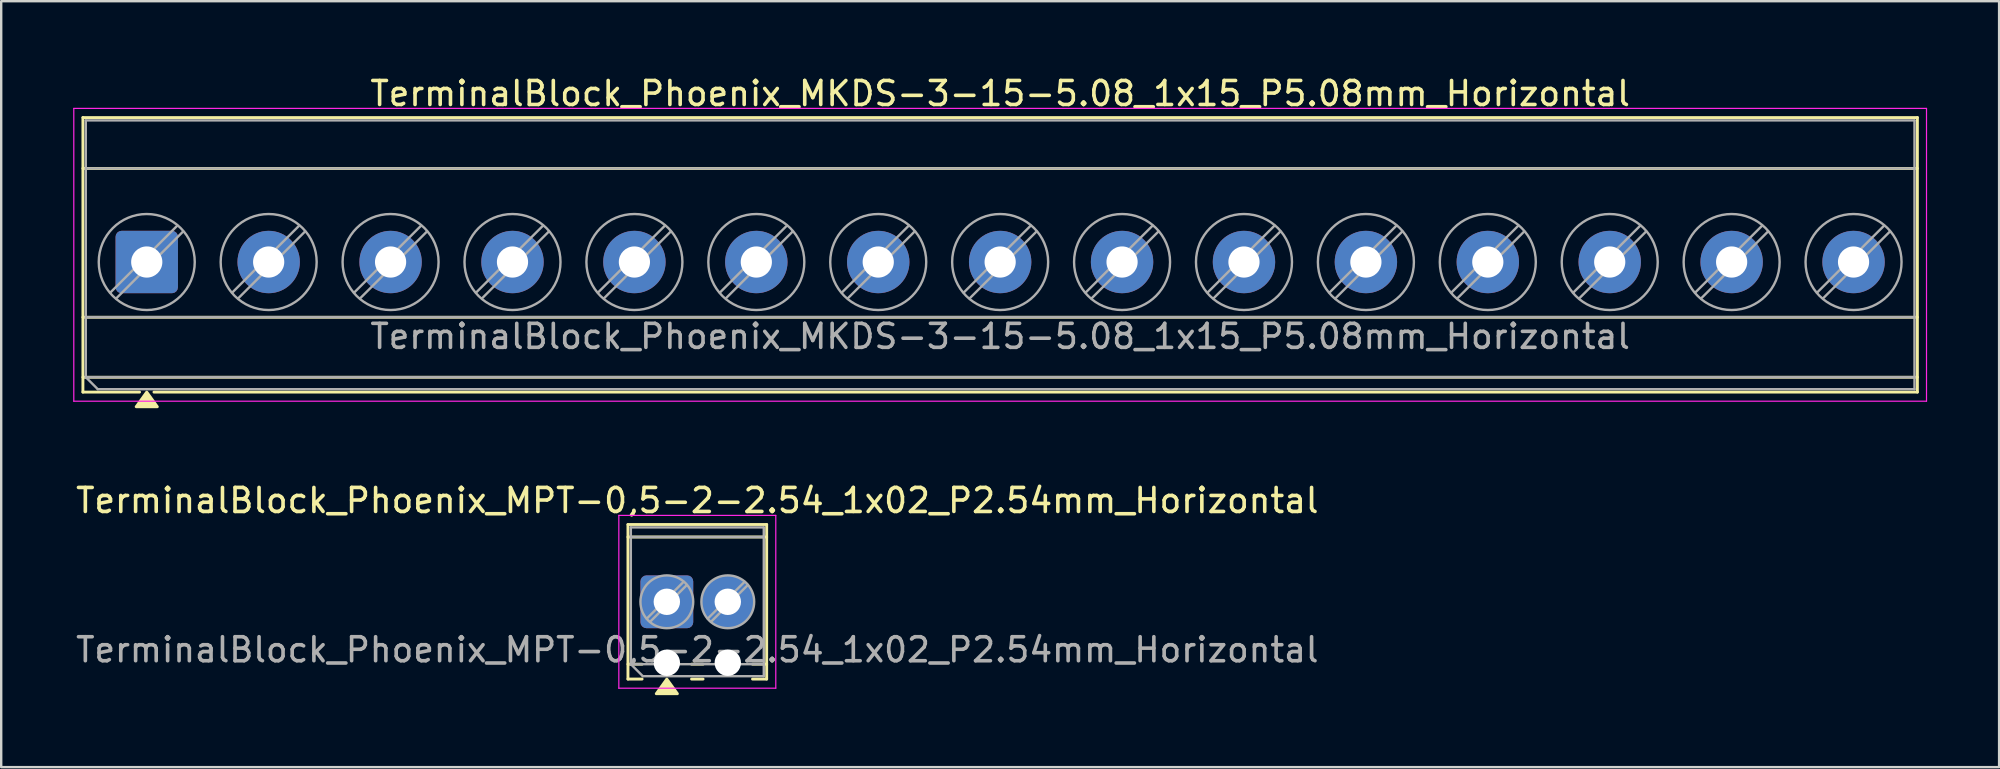
<source format=kicad_pcb>
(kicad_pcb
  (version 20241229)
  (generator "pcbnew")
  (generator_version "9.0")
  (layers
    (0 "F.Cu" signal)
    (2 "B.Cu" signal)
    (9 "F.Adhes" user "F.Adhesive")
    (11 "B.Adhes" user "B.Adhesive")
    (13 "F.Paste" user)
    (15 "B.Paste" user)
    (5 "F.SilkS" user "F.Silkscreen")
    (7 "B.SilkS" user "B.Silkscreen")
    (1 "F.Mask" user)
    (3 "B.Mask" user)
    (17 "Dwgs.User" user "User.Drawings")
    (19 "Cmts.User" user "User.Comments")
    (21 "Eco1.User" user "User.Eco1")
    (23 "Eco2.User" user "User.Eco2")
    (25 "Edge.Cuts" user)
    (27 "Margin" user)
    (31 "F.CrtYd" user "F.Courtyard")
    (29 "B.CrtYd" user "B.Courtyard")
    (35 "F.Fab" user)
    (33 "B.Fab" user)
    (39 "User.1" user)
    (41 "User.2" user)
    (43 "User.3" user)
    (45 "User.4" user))
  (footprint "TerminalBlock_Phoenix_MPT-0,5-2-2.54_1x02_P2.54mm_Horizontal"
    (layer "F.Cu")
    (at 24.736 22.026)
    (property "Reference" "TerminalBlock_Phoenix_MPT-0,5-2-2.54_1x02_P2.54mm_Horizontal" (at 1.27 -4.22 0) (layer "F.SilkS") (effects (font (size 1 1) (thickness 0.15))))
    (attr through_hole)
    (fp_line (start -1.62 -3.22) (end -1.62 3.22) (stroke (width 0.12) (type solid)) (layer "F.SilkS"))
    (fp_line (start -1.62 -3.22) (end 4.16 -3.22) (stroke (width 0.12) (type solid)) (layer "F.SilkS"))
    (fp_line (start -1.62 -2.7) (end 4.16 -2.7) (stroke (width 0.12) (type solid)) (layer "F.SilkS"))
    (fp_line (start -1.62 2.6) (end -1.03 2.6) (stroke (width 0.12) (type solid)) (layer "F.SilkS"))
    (fp_line (start -1.62 3.22) (end -1.03 3.22) (stroke (width 0.12) (type solid)) (layer "F.SilkS"))
    (fp_line (start 1.03 2.6) (end 1.51 2.6) (stroke (width 0.12) (type solid)) (layer "F.SilkS"))
    (fp_line (start 1.03 3.22) (end 1.51 3.22) (stroke (width 0.12) (type solid)) (layer "F.SilkS"))
    (fp_line (start 3.57 2.6) (end 4.16 2.6) (stroke (width 0.12) (type solid)) (layer "F.SilkS"))
    (fp_line (start 3.57 3.22) (end 4.16 3.22) (stroke (width 0.12) (type solid)) (layer "F.SilkS"))
    (fp_line (start 4.16 -3.22) (end 4.16 3.22) (stroke (width 0.12) (type solid)) (layer "F.SilkS"))
    (fp_poly (pts (xy 0 3.22) (xy 0.44 3.83) (xy -0.44 3.83)) (stroke (width 0.12) (type solid)) (fill yes) (layer "F.SilkS"))
    (fp_line (start -2 -3.6) (end -2 3.6) (stroke (width 0.05) (type solid)) (layer "F.CrtYd"))
    (fp_line (start -2 3.6) (end 4.54 3.6) (stroke (width 0.05) (type solid)) (layer "F.CrtYd"))
    (fp_line (start 4.54 -3.6) (end -2 -3.6) (stroke (width 0.05) (type solid)) (layer "F.CrtYd"))
    (fp_line (start 4.54 3.6) (end 4.54 -3.6) (stroke (width 0.05) (type solid)) (layer "F.CrtYd"))
    (fp_line (start -1.5 -3.1) (end 4.04 -3.1) (stroke (width 0.1) (type solid)) (layer "F.Fab"))
    (fp_line (start -1.5 -2.7) (end 4.04 -2.7) (stroke (width 0.1) (type solid)) (layer "F.Fab"))
    (fp_line (start -1.5 2.6) (end -1.5 -3.1) (stroke (width 0.1) (type solid)) (layer "F.Fab"))
    (fp_line (start -1.5 2.6) (end 4.04 2.6) (stroke (width 0.1) (type solid)) (layer "F.Fab"))
    (fp_line (start -1 3.1) (end -1.5 2.6) (stroke (width 0.1) (type solid)) (layer "F.Fab"))
    (fp_line (start 0.7 -0.834) (end -0.834 0.7) (stroke (width 0.1) (type solid)) (layer "F.Fab"))
    (fp_line (start 0.834 -0.7) (end -0.7 0.834) (stroke (width 0.1) (type solid)) (layer "F.Fab"))
    (fp_line (start 3.24 -0.834) (end 1.706 0.7) (stroke (width 0.1) (type solid)) (layer "F.Fab"))
    (fp_line (start 3.374 -0.7) (end 1.84 0.834) (stroke (width 0.1) (type solid)) (layer "F.Fab"))
    (fp_line (start 4.04 -3.1) (end 4.04 3.1) (stroke (width 0.1) (type solid)) (layer "F.Fab"))
    (fp_line (start 4.04 3.1) (end -1 3.1) (stroke (width 0.1) (type solid)) (layer "F.Fab"))
    (fp_circle (center 0 0) (end 1.1 0) (stroke (width 0.1) (type solid)) (fill no) (layer "F.Fab"))
    (fp_circle (center 2.54 0) (end 3.64 0) (stroke (width 0.1) (type solid)) (fill no) (layer "F.Fab"))
    (fp_text user "${REFERENCE}" (at 1.27 2 0) (layer "F.Fab") (effects (font (size 1 1) (thickness 0.15))))
    (pad "" np_thru_hole circle (at 0 2.54) (size 1.1 1.1) (drill 1.1) (layers "*.Cu" "*.Mask"))
    (pad "" np_thru_hole circle (at 2.54 2.54) (size 1.1 1.1) (drill 1.1) (layers "*.Cu" "*.Mask"))
    (pad "1" thru_hole roundrect (at 0 0) (size 2.2 2.2) (drill 1.1) (layers "*.Cu" "*.Mask") (roundrect_rratio 0.114))
    (pad "2" thru_hole circle (at 2.54 0) (size 2.2 2.2) (drill 1.1) (layers "*.Cu" "*.Mask")))
  (footprint "TerminalBlock_Phoenix_MKDS-3-15-5.08_1x15_P5.08mm_Horizontal"
    (layer "F.Cu")
    (at 3.065 7.868)
    (property "Reference" "TerminalBlock_Phoenix_MKDS-3-15-5.08_1x15_P5.08mm_Horizontal" (at 35.56 -7.02 0) (layer "F.SilkS") (effects (font (size 1 1) (thickness 0.15))))
    (attr through_hole)
    (fp_line (start -2.66 -6.02) (end -2.66 5.42) (stroke (width 0.12) (type solid)) (layer "F.SilkS"))
    (fp_line (start -2.66 -6.02) (end 73.78 -6.02) (stroke (width 0.12) (type solid)) (layer "F.SilkS"))
    (fp_line (start -2.66 -3.9) (end 73.78 -3.9) (stroke (width 0.12) (type solid)) (layer "F.SilkS"))
    (fp_line (start -2.66 2.3) (end 73.78 2.3) (stroke (width 0.12) (type solid)) (layer "F.SilkS"))
    (fp_line (start -2.66 4.8) (end 73.78 4.8) (stroke (width 0.12) (type solid)) (layer "F.SilkS"))
    (fp_line (start -2.66 5.42) (end -0.3 5.42) (stroke (width 0.12) (type solid)) (layer "F.SilkS"))
    (fp_line (start 0.3 5.42) (end 73.78 5.42) (stroke (width 0.12) (type solid)) (layer "F.SilkS"))
    (fp_line (start 73.78 -6.02) (end 73.78 5.42) (stroke (width 0.12) (type solid)) (layer "F.SilkS"))
    (fp_poly (pts (xy 0 5.42) (xy 0.44 6.03) (xy -0.44 6.03)) (stroke (width 0.12) (type solid)) (fill yes) (layer "F.SilkS"))
    (fp_line (start -3.04 -6.4) (end -3.04 5.8) (stroke (width 0.05) (type solid)) (layer "F.CrtYd"))
    (fp_line (start -3.04 5.8) (end 74.16 5.8) (stroke (width 0.05) (type solid)) (layer "F.CrtYd"))
    (fp_line (start 74.16 -6.4) (end -3.04 -6.4) (stroke (width 0.05) (type solid)) (layer "F.CrtYd"))
    (fp_line (start 74.16 5.8) (end 74.16 -6.4) (stroke (width 0.05) (type solid)) (layer "F.CrtYd"))
    (fp_line (start -2.54 -5.9) (end 73.66 -5.9) (stroke (width 0.1) (type solid)) (layer "F.Fab"))
    (fp_line (start -2.54 -3.9) (end 73.66 -3.9) (stroke (width 0.1) (type solid)) (layer "F.Fab"))
    (fp_line (start -2.54 2.3) (end 73.66 2.3) (stroke (width 0.1) (type solid)) (layer "F.Fab"))
    (fp_line (start -2.54 4.8) (end -2.54 -5.9) (stroke (width 0.1) (type solid)) (layer "F.Fab"))
    (fp_line (start -2.54 4.8) (end 73.66 4.8) (stroke (width 0.1) (type solid)) (layer "F.Fab"))
    (fp_line (start -2.04 5.3) (end -2.54 4.8) (stroke (width 0.1) (type solid)) (layer "F.Fab"))
    (fp_line (start 1.273 -1.517) (end -1.517 1.272) (stroke (width 0.1) (type solid)) (layer "F.Fab"))
    (fp_line (start 1.517 -1.273) (end -1.273 1.517) (stroke (width 0.1) (type solid)) (layer "F.Fab"))
    (fp_line (start 6.353 -1.517) (end 3.563 1.272) (stroke (width 0.1) (type solid)) (layer "F.Fab"))
    (fp_line (start 6.597 -1.273) (end 3.807 1.517) (stroke (width 0.1) (type solid)) (layer "F.Fab"))
    (fp_line (start 11.433 -1.517) (end 8.643 1.272) (stroke (width 0.1) (type solid)) (layer "F.Fab"))
    (fp_line (start 11.677 -1.273) (end 8.887 1.517) (stroke (width 0.1) (type solid)) (layer "F.Fab"))
    (fp_line (start 16.513 -1.517) (end 13.723 1.272) (stroke (width 0.1) (type solid)) (layer "F.Fab"))
    (fp_line (start 16.757 -1.273) (end 13.967 1.517) (stroke (width 0.1) (type solid)) (layer "F.Fab"))
    (fp_line (start 21.593 -1.517) (end 18.803 1.272) (stroke (width 0.1) (type solid)) (layer "F.Fab"))
    (fp_line (start 21.837 -1.273) (end 19.047 1.517) (stroke (width 0.1) (type solid)) (layer "F.Fab"))
    (fp_line (start 26.673 -1.517) (end 23.883 1.272) (stroke (width 0.1) (type solid)) (layer "F.Fab"))
    (fp_line (start 26.917 -1.273) (end 24.127 1.517) (stroke (width 0.1) (type solid)) (layer "F.Fab"))
    (fp_line (start 31.753 -1.517) (end 28.963 1.272) (stroke (width 0.1) (type solid)) (layer "F.Fab"))
    (fp_line (start 31.997 -1.273) (end 29.207 1.517) (stroke (width 0.1) (type solid)) (layer "F.Fab"))
    (fp_line (start 36.833 -1.517) (end 34.043 1.272) (stroke (width 0.1) (type solid)) (layer "F.Fab"))
    (fp_line (start 37.077 -1.273) (end 34.287 1.517) (stroke (width 0.1) (type solid)) (layer "F.Fab"))
    (fp_line (start 41.913 -1.517) (end 39.123 1.272) (stroke (width 0.1) (type solid)) (layer "F.Fab"))
    (fp_line (start 42.157 -1.273) (end 39.367 1.517) (stroke (width 0.1) (type solid)) (layer "F.Fab"))
    (fp_line (start 46.993 -1.517) (end 44.203 1.272) (stroke (width 0.1) (type solid)) (layer "F.Fab"))
    (fp_line (start 47.237 -1.273) (end 44.447 1.517) (stroke (width 0.1) (type solid)) (layer "F.Fab"))
    (fp_line (start 52.073 -1.517) (end 49.283 1.272) (stroke (width 0.1) (type solid)) (layer "F.Fab"))
    (fp_line (start 52.317 -1.273) (end 49.527 1.517) (stroke (width 0.1) (type solid)) (layer "F.Fab"))
    (fp_line (start 57.153 -1.517) (end 54.363 1.272) (stroke (width 0.1) (type solid)) (layer "F.Fab"))
    (fp_line (start 57.397 -1.273) (end 54.607 1.517) (stroke (width 0.1) (type solid)) (layer "F.Fab"))
    (fp_line (start 62.233 -1.517) (end 59.443 1.272) (stroke (width 0.1) (type solid)) (layer "F.Fab"))
    (fp_line (start 62.477 -1.273) (end 59.687 1.517) (stroke (width 0.1) (type solid)) (layer "F.Fab"))
    (fp_line (start 67.313 -1.517) (end 64.523 1.272) (stroke (width 0.1) (type solid)) (layer "F.Fab"))
    (fp_line (start 67.557 -1.273) (end 64.767 1.517) (stroke (width 0.1) (type solid)) (layer "F.Fab"))
    (fp_line (start 72.393 -1.517) (end 69.603 1.272) (stroke (width 0.1) (type solid)) (layer "F.Fab"))
    (fp_line (start 72.637 -1.273) (end 69.847 1.517) (stroke (width 0.1) (type solid)) (layer "F.Fab"))
    (fp_line (start 73.66 -5.9) (end 73.66 5.3) (stroke (width 0.1) (type solid)) (layer "F.Fab"))
    (fp_line (start 73.66 5.3) (end -2.04 5.3) (stroke (width 0.1) (type solid)) (layer "F.Fab"))
    (fp_circle (center 0 0) (end 2 0) (stroke (width 0.1) (type solid)) (fill no) (layer "F.Fab"))
    (fp_circle (center 5.08 0) (end 7.08 0) (stroke (width 0.1) (type solid)) (fill no) (layer "F.Fab"))
    (fp_circle (center 10.16 0) (end 12.16 0) (stroke (width 0.1) (type solid)) (fill no) (layer "F.Fab"))
    (fp_circle (center 15.24 0) (end 17.24 0) (stroke (width 0.1) (type solid)) (fill no) (layer "F.Fab"))
    (fp_circle (center 20.32 0) (end 22.32 0) (stroke (width 0.1) (type solid)) (fill no) (layer "F.Fab"))
    (fp_circle (center 25.4 0) (end 27.4 0) (stroke (width 0.1) (type solid)) (fill no) (layer "F.Fab"))
    (fp_circle (center 30.48 0) (end 32.48 0) (stroke (width 0.1) (type solid)) (fill no) (layer "F.Fab"))
    (fp_circle (center 35.56 0) (end 37.56 0) (stroke (width 0.1) (type solid)) (fill no) (layer "F.Fab"))
    (fp_circle (center 40.64 0) (end 42.64 0) (stroke (width 0.1) (type solid)) (fill no) (layer "F.Fab"))
    (fp_circle (center 45.72 0) (end 47.72 0) (stroke (width 0.1) (type solid)) (fill no) (layer "F.Fab"))
    (fp_circle (center 50.8 0) (end 52.8 0) (stroke (width 0.1) (type solid)) (fill no) (layer "F.Fab"))
    (fp_circle (center 55.88 0) (end 57.88 0) (stroke (width 0.1) (type solid)) (fill no) (layer "F.Fab"))
    (fp_circle (center 60.96 0) (end 62.96 0) (stroke (width 0.1) (type solid)) (fill no) (layer "F.Fab"))
    (fp_circle (center 66.04 0) (end 68.04 0) (stroke (width 0.1) (type solid)) (fill no) (layer "F.Fab"))
    (fp_circle (center 71.12 0) (end 73.12 0) (stroke (width 0.1) (type solid)) (fill no) (layer "F.Fab"))
    (fp_text user "${REFERENCE}" (at 35.56 3.1 0) (layer "F.Fab") (effects (font (size 1 1) (thickness 0.15))))
    (pad "1" thru_hole roundrect (at 0 0) (size 2.6 2.6) (drill 1.3) (layers "*.Cu" "*.Mask") (roundrect_rratio 0.096))
    (pad "2" thru_hole circle (at 5.08 0) (size 2.6 2.6) (drill 1.3) (layers "*.Cu" "*.Mask"))
    (pad "3" thru_hole circle (at 10.16 0) (size 2.6 2.6) (drill 1.3) (layers "*.Cu" "*.Mask"))
    (pad "4" thru_hole circle (at 15.24 0) (size 2.6 2.6) (drill 1.3) (layers "*.Cu" "*.Mask"))
    (pad "5" thru_hole circle (at 20.32 0) (size 2.6 2.6) (drill 1.3) (layers "*.Cu" "*.Mask"))
    (pad "6" thru_hole circle (at 25.4 0) (size 2.6 2.6) (drill 1.3) (layers "*.Cu" "*.Mask"))
    (pad "7" thru_hole circle (at 30.48 0) (size 2.6 2.6) (drill 1.3) (layers "*.Cu" "*.Mask"))
    (pad "8" thru_hole circle (at 35.56 0) (size 2.6 2.6) (drill 1.3) (layers "*.Cu" "*.Mask"))
    (pad "9" thru_hole circle (at 40.64 0) (size 2.6 2.6) (drill 1.3) (layers "*.Cu" "*.Mask"))
    (pad "10" thru_hole circle (at 45.72 0) (size 2.6 2.6) (drill 1.3) (layers "*.Cu" "*.Mask"))
    (pad "11" thru_hole circle (at 50.8 0) (size 2.6 2.6) (drill 1.3) (layers "*.Cu" "*.Mask"))
    (pad "12" thru_hole circle (at 55.88 0) (size 2.6 2.6) (drill 1.3) (layers "*.Cu" "*.Mask"))
    (pad "13" thru_hole circle (at 60.96 0) (size 2.6 2.6) (drill 1.3) (layers "*.Cu" "*.Mask"))
    (pad "14" thru_hole circle (at 66.04 0) (size 2.6 2.6) (drill 1.3) (layers "*.Cu" "*.Mask"))
    (pad "15" thru_hole circle (at 71.12 0) (size 2.6 2.6) (drill 1.3) (layers "*.Cu" "*.Mask")))
  (gr_rect
    (start -3 -3)
    (end 80.25 28.916)
    (stroke (width 0.1) (type default))
    (fill no)
    (layer "Edge.Cuts")))
</source>
